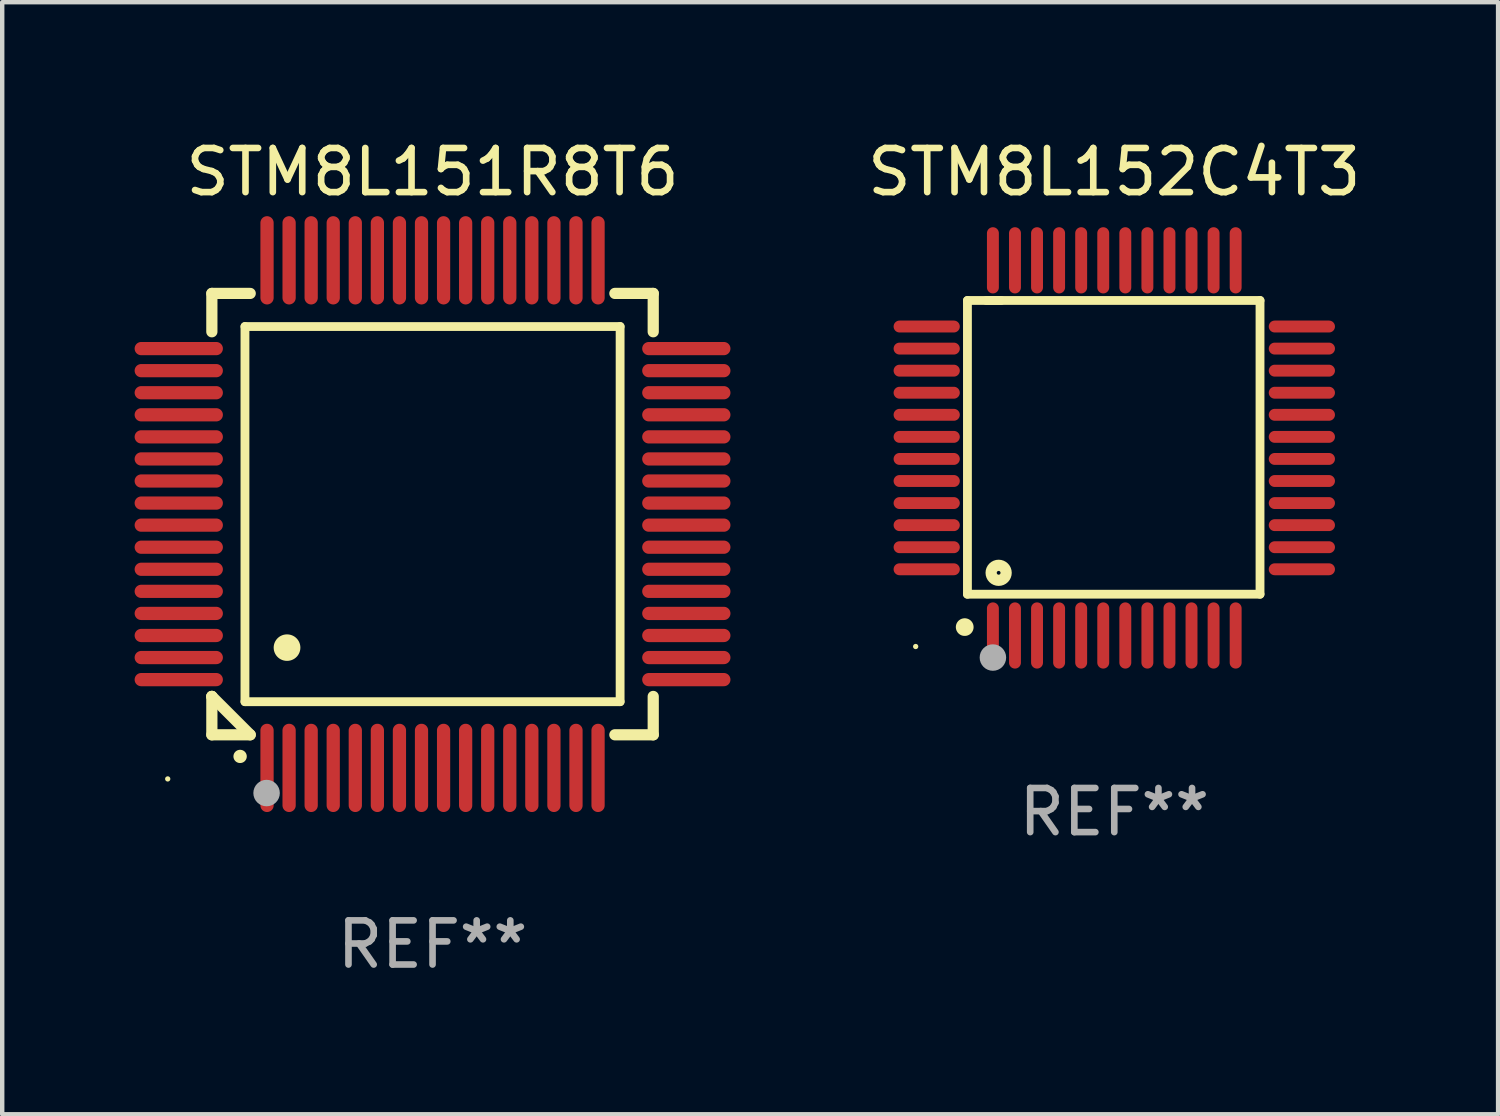
<source format=kicad_pcb>
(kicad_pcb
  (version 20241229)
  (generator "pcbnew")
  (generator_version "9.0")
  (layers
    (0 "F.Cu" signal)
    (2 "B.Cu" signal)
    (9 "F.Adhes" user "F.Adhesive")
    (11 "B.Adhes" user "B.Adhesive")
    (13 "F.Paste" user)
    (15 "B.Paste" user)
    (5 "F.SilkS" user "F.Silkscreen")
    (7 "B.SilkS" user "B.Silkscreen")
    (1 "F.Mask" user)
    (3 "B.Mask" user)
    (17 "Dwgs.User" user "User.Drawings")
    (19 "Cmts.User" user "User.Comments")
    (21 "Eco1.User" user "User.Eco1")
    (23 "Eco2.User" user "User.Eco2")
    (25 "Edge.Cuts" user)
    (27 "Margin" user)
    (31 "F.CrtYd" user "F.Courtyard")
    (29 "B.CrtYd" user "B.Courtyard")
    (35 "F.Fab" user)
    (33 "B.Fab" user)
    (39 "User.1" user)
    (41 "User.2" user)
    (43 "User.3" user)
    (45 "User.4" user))
  (footprint "STM8L152C4T3"
    (layer "F.Cu")
    (at 22.196 7.098)
    (property "Reference" "STM8L152C4T3" (at 0 -6.25 0) (layer "F.SilkS") (effects (font (size 1 1) (thickness 0.15))))
    (attr through_hole)
    (fp_line (start -3.327 -3.34) (end -2.565 -3.34) (stroke (width 0.2) (type solid)) (layer "F.SilkS"))
    (fp_line (start -3.327 3.315) (end -3.327 -3.34) (stroke (width 0.2) (type solid)) (layer "F.SilkS"))
    (fp_line (start -2.896 -3.34) (end 3.302 -3.34) (stroke (width 0.2) (type solid)) (layer "F.SilkS"))
    (fp_line (start 3.302 -3.34) (end 3.302 3.315) (stroke (width 0.2) (type solid)) (layer "F.SilkS"))
    (fp_line (start 3.302 3.315) (end -3.327 3.315) (stroke (width 0.2) (type solid)) (layer "F.SilkS"))
    (fp_arc (start -3.389992 4.059995) (mid -3.388722 4.059991) (end -3.387452 4.059995) (stroke (width 0.4) (type solid)) (layer "F.SilkS"))
    (fp_circle (center -4.5 4.5) (end -4.47 4.5) (stroke (width 0.06) (type solid)) (fill no) (layer "F.SilkS"))
    (fp_circle (center -2.62 2.83) (end -2.45 2.83) (stroke (width 0.254) (type solid)) (fill no) (layer "F.SilkS"))
    (fp_circle (center -2.75 4.75) (end -2.6 4.75) (stroke (width 0.3) (type solid)) (fill no) (layer "F.Fab"))
    (fp_text user "REF**" (at 0 8.25 0) (layer "F.Fab") (effects (font (size 1 1) (thickness 0.15))))
    (pad "1" smd oval (at -2.75 4.25) (size 0.27 1.5) (layers "F.Cu" "F.Mask" "F.Paste"))
    (pad "2" smd oval (at -2.25 4.25) (size 0.27 1.5) (layers "F.Cu" "F.Mask" "F.Paste"))
    (pad "3" smd oval (at -1.75 4.25) (size 0.27 1.5) (layers "F.Cu" "F.Mask" "F.Paste"))
    (pad "4" smd oval (at -1.25 4.25) (size 0.27 1.5) (layers "F.Cu" "F.Mask" "F.Paste"))
    (pad "5" smd oval (at -0.75 4.25) (size 0.27 1.5) (layers "F.Cu" "F.Mask" "F.Paste"))
    (pad "6" smd oval (at -0.25 4.25) (size 0.27 1.5) (layers "F.Cu" "F.Mask" "F.Paste"))
    (pad "7" smd oval (at 0.25 4.25) (size 0.27 1.5) (layers "F.Cu" "F.Mask" "F.Paste"))
    (pad "8" smd oval (at 0.75 4.25) (size 0.27 1.5) (layers "F.Cu" "F.Mask" "F.Paste"))
    (pad "9" smd oval (at 1.25 4.25) (size 0.27 1.5) (layers "F.Cu" "F.Mask" "F.Paste"))
    (pad "10" smd oval (at 1.75 4.25) (size 0.27 1.5) (layers "F.Cu" "F.Mask" "F.Paste"))
    (pad "11" smd oval (at 2.25 4.25) (size 0.27 1.5) (layers "F.Cu" "F.Mask" "F.Paste"))
    (pad "12" smd oval (at 2.75 4.25) (size 0.27 1.5) (layers "F.Cu" "F.Mask" "F.Paste"))
    (pad "13" smd oval (at 4.25 2.75) (size 1.5 0.27) (layers "F.Cu" "F.Mask" "F.Paste"))
    (pad "14" smd oval (at 4.25 2.25) (size 1.5 0.27) (layers "F.Cu" "F.Mask" "F.Paste"))
    (pad "15" smd oval (at 4.25 1.75) (size 1.5 0.27) (layers "F.Cu" "F.Mask" "F.Paste"))
    (pad "16" smd oval (at 4.25 1.25) (size 1.5 0.27) (layers "F.Cu" "F.Mask" "F.Paste"))
    (pad "17" smd oval (at 4.25 0.75) (size 1.5 0.27) (layers "F.Cu" "F.Mask" "F.Paste"))
    (pad "18" smd oval (at 4.25 0.25) (size 1.5 0.27) (layers "F.Cu" "F.Mask" "F.Paste"))
    (pad "19" smd oval (at 4.25 -0.25) (size 1.5 0.27) (layers "F.Cu" "F.Mask" "F.Paste"))
    (pad "20" smd oval (at 4.25 -0.75) (size 1.5 0.27) (layers "F.Cu" "F.Mask" "F.Paste"))
    (pad "21" smd oval (at 4.25 -1.25) (size 1.5 0.27) (layers "F.Cu" "F.Mask" "F.Paste"))
    (pad "22" smd oval (at 4.25 -1.75) (size 1.5 0.27) (layers "F.Cu" "F.Mask" "F.Paste"))
    (pad "23" smd oval (at 4.25 -2.25) (size 1.5 0.27) (layers "F.Cu" "F.Mask" "F.Paste"))
    (pad "24" smd oval (at 4.25 -2.75) (size 1.5 0.27) (layers "F.Cu" "F.Mask" "F.Paste"))
    (pad "25" smd oval (at 2.75 -4.25) (size 0.27 1.5) (layers "F.Cu" "F.Mask" "F.Paste"))
    (pad "26" smd oval (at 2.25 -4.25) (size 0.27 1.5) (layers "F.Cu" "F.Mask" "F.Paste"))
    (pad "27" smd oval (at 1.75 -4.25) (size 0.27 1.5) (layers "F.Cu" "F.Mask" "F.Paste"))
    (pad "28" smd oval (at 1.25 -4.25) (size 0.27 1.5) (layers "F.Cu" "F.Mask" "F.Paste"))
    (pad "29" smd oval (at 0.75 -4.25) (size 0.27 1.5) (layers "F.Cu" "F.Mask" "F.Paste"))
    (pad "30" smd oval (at 0.25 -4.25) (size 0.27 1.5) (layers "F.Cu" "F.Mask" "F.Paste"))
    (pad "31" smd oval (at -0.25 -4.25) (size 0.27 1.5) (layers "F.Cu" "F.Mask" "F.Paste"))
    (pad "32" smd oval (at -0.75 -4.25) (size 0.27 1.5) (layers "F.Cu" "F.Mask" "F.Paste"))
    (pad "33" smd oval (at -1.25 -4.25) (size 0.27 1.5) (layers "F.Cu" "F.Mask" "F.Paste"))
    (pad "34" smd oval (at -1.75 -4.25) (size 0.27 1.5) (layers "F.Cu" "F.Mask" "F.Paste"))
    (pad "35" smd oval (at -2.25 -4.25) (size 0.27 1.5) (layers "F.Cu" "F.Mask" "F.Paste"))
    (pad "36" smd oval (at -2.75 -4.25) (size 0.27 1.5) (layers "F.Cu" "F.Mask" "F.Paste"))
    (pad "37" smd oval (at -4.25 -2.75) (size 1.5 0.27) (layers "F.Cu" "F.Mask" "F.Paste"))
    (pad "38" smd oval (at -4.25 -2.25) (size 1.5 0.27) (layers "F.Cu" "F.Mask" "F.Paste"))
    (pad "39" smd oval (at -4.25 -1.75) (size 1.5 0.27) (layers "F.Cu" "F.Mask" "F.Paste"))
    (pad "40" smd oval (at -4.25 -1.25) (size 1.5 0.27) (layers "F.Cu" "F.Mask" "F.Paste"))
    (pad "41" smd oval (at -4.25 -0.75) (size 1.5 0.27) (layers "F.Cu" "F.Mask" "F.Paste"))
    (pad "42" smd oval (at -4.25 -0.25) (size 1.5 0.27) (layers "F.Cu" "F.Mask" "F.Paste"))
    (pad "43" smd oval (at -4.25 0.25) (size 1.5 0.27) (layers "F.Cu" "F.Mask" "F.Paste"))
    (pad "44" smd oval (at -4.25 0.75) (size 1.5 0.27) (layers "F.Cu" "F.Mask" "F.Paste"))
    (pad "45" smd oval (at -4.25 1.25) (size 1.5 0.27) (layers "F.Cu" "F.Mask" "F.Paste"))
    (pad "46" smd oval (at -4.25 1.75) (size 1.5 0.27) (layers "F.Cu" "F.Mask" "F.Paste"))
    (pad "47" smd oval (at -4.25 2.25) (size 1.5 0.27) (layers "F.Cu" "F.Mask" "F.Paste"))
    (pad "48" smd oval (at -4.25 2.75) (size 1.5 0.27) (layers "F.Cu" "F.Mask" "F.Paste")))
  (footprint "STM8L151R8T6"
    (layer "F.Cu")
    (at 6.75 8.598)
    (property "Reference" "STM8L151R8T6" (at 0 -7.75 0) (layer "F.SilkS") (effects (font (size 1 1) (thickness 0.15))))
    (attr through_hole)
    (fp_line (start -5 -5) (end -4.131 -5) (stroke (width 0.254) (type solid)) (layer "F.SilkS"))
    (fp_line (start -5 -4.131) (end -5 -5) (stroke (width 0.254) (type solid)) (layer "F.SilkS"))
    (fp_line (start -5 4.131) (end -5 4.131) (stroke (width 0.254) (type solid)) (layer "F.SilkS"))
    (fp_line (start -5 5) (end -5 4.131) (stroke (width 0.254) (type solid)) (layer "F.SilkS"))
    (fp_line (start -5 4.131) (end -4.131 5) (stroke (width 0.254) (type solid)) (layer "F.SilkS"))
    (fp_line (start -4.25 -4.25) (end -4.25 4.25) (stroke (width 0.2) (type solid)) (layer "F.SilkS"))
    (fp_line (start -4.25 4.25) (end 4.25 4.25) (stroke (width 0.2) (type solid)) (layer "F.SilkS"))
    (fp_line (start -4.131 5) (end -5 5) (stroke (width 0.254) (type solid)) (layer "F.SilkS"))
    (fp_line (start 4.25 -4.25) (end -4.25 -4.25) (stroke (width 0.2) (type solid)) (layer "F.SilkS"))
    (fp_line (start 4.25 4.25) (end 4.25 -4.25) (stroke (width 0.2) (type solid)) (layer "F.SilkS"))
    (fp_line (start 5 -5) (end 4.131 -5) (stroke (width 0.254) (type solid)) (layer "F.SilkS"))
    (fp_line (start 5 -5) (end 5 -4.131) (stroke (width 0.254) (type solid)) (layer "F.SilkS"))
    (fp_line (start 5 4.131) (end 5 5) (stroke (width 0.254) (type solid)) (layer "F.SilkS"))
    (fp_line (start 5 5) (end 4.131 5) (stroke (width 0.254) (type solid)) (layer "F.SilkS"))
    (fp_arc (start -4.361265 5.489992) (mid -4.359995 5.489987) (end -4.358725 5.489992) (stroke (width 0.3) (type solid)) (layer "F.SilkS"))
    (fp_arc (start -3.299467 3.025146) (mid -3.296927 3.025135) (end -3.294387 3.025146) (stroke (width 0.6) (type solid)) (layer "F.SilkS"))
    (fp_circle (center -6 6) (end -5.97 6) (stroke (width 0.06) (type solid)) (fill no) (layer "F.SilkS"))
    (fp_circle (center -3.76 6.32) (end -3.61 6.32) (stroke (width 0.3) (type solid)) (fill no) (layer "F.Fab"))
    (fp_text user "REF**" (at 0 9.75 0) (layer "F.Fab") (effects (font (size 1 1) (thickness 0.15))))
    (pad "1" smd oval (at -3.75 5.75) (size 0.3 2) (layers "F.Cu" "F.Mask" "F.Paste"))
    (pad "2" smd oval (at -3.25 5.75) (size 0.3 2) (layers "F.Cu" "F.Mask" "F.Paste"))
    (pad "3" smd oval (at -2.75 5.75) (size 0.3 2) (layers "F.Cu" "F.Mask" "F.Paste"))
    (pad "4" smd oval (at -2.25 5.75) (size 0.3 2) (layers "F.Cu" "F.Mask" "F.Paste"))
    (pad "5" smd oval (at -1.75 5.75) (size 0.3 2) (layers "F.Cu" "F.Mask" "F.Paste"))
    (pad "6" smd oval (at -1.25 5.75) (size 0.3 2) (layers "F.Cu" "F.Mask" "F.Paste"))
    (pad "7" smd oval (at -0.75 5.75) (size 0.3 2) (layers "F.Cu" "F.Mask" "F.Paste"))
    (pad "8" smd oval (at -0.25 5.75) (size 0.3 2) (layers "F.Cu" "F.Mask" "F.Paste"))
    (pad "9" smd oval (at 0.25 5.75) (size 0.3 2) (layers "F.Cu" "F.Mask" "F.Paste"))
    (pad "10" smd oval (at 0.75 5.75) (size 0.3 2) (layers "F.Cu" "F.Mask" "F.Paste"))
    (pad "11" smd oval (at 1.25 5.75) (size 0.3 2) (layers "F.Cu" "F.Mask" "F.Paste"))
    (pad "12" smd oval (at 1.75 5.75) (size 0.3 2) (layers "F.Cu" "F.Mask" "F.Paste"))
    (pad "13" smd oval (at 2.25 5.75) (size 0.3 2) (layers "F.Cu" "F.Mask" "F.Paste"))
    (pad "14" smd oval (at 2.75 5.75) (size 0.3 2) (layers "F.Cu" "F.Mask" "F.Paste"))
    (pad "15" smd oval (at 3.25 5.75) (size 0.3 2) (layers "F.Cu" "F.Mask" "F.Paste"))
    (pad "16" smd oval (at 3.75 5.75) (size 0.3 2) (layers "F.Cu" "F.Mask" "F.Paste"))
    (pad "17" smd oval (at 5.75 3.75) (size 2 0.3) (layers "F.Cu" "F.Mask" "F.Paste"))
    (pad "18" smd oval (at 5.75 3.25) (size 2 0.3) (layers "F.Cu" "F.Mask" "F.Paste"))
    (pad "19" smd oval (at 5.75 2.75) (size 2 0.3) (layers "F.Cu" "F.Mask" "F.Paste"))
    (pad "20" smd oval (at 5.75 2.25) (size 2 0.3) (layers "F.Cu" "F.Mask" "F.Paste"))
    (pad "21" smd oval (at 5.75 1.75) (size 2 0.3) (layers "F.Cu" "F.Mask" "F.Paste"))
    (pad "22" smd oval (at 5.75 1.25) (size 2 0.3) (layers "F.Cu" "F.Mask" "F.Paste"))
    (pad "23" smd oval (at 5.75 0.75) (size 2 0.3) (layers "F.Cu" "F.Mask" "F.Paste"))
    (pad "24" smd oval (at 5.75 0.25) (size 2 0.3) (layers "F.Cu" "F.Mask" "F.Paste"))
    (pad "25" smd oval (at 5.75 -0.25) (size 2 0.3) (layers "F.Cu" "F.Mask" "F.Paste"))
    (pad "26" smd oval (at 5.75 -0.75) (size 2 0.3) (layers "F.Cu" "F.Mask" "F.Paste"))
    (pad "27" smd oval (at 5.75 -1.25) (size 2 0.3) (layers "F.Cu" "F.Mask" "F.Paste"))
    (pad "28" smd oval (at 5.75 -1.75) (size 2 0.3) (layers "F.Cu" "F.Mask" "F.Paste"))
    (pad "29" smd oval (at 5.75 -2.25) (size 2 0.3) (layers "F.Cu" "F.Mask" "F.Paste"))
    (pad "30" smd oval (at 5.75 -2.75) (size 2 0.3) (layers "F.Cu" "F.Mask" "F.Paste"))
    (pad "31" smd oval (at 5.75 -3.25) (size 2 0.3) (layers "F.Cu" "F.Mask" "F.Paste"))
    (pad "32" smd oval (at 5.75 -3.75) (size 2 0.3) (layers "F.Cu" "F.Mask" "F.Paste"))
    (pad "33" smd oval (at 3.75 -5.75) (size 0.3 2) (layers "F.Cu" "F.Mask" "F.Paste"))
    (pad "34" smd oval (at 3.25 -5.75) (size 0.3 2) (layers "F.Cu" "F.Mask" "F.Paste"))
    (pad "35" smd oval (at 2.75 -5.75) (size 0.3 2) (layers "F.Cu" "F.Mask" "F.Paste"))
    (pad "36" smd oval (at 2.25 -5.75) (size 0.3 2) (layers "F.Cu" "F.Mask" "F.Paste"))
    (pad "37" smd oval (at 1.75 -5.75) (size 0.3 2) (layers "F.Cu" "F.Mask" "F.Paste"))
    (pad "38" smd oval (at 1.25 -5.75) (size 0.3 2) (layers "F.Cu" "F.Mask" "F.Paste"))
    (pad "39" smd oval (at 0.75 -5.75) (size 0.3 2) (layers "F.Cu" "F.Mask" "F.Paste"))
    (pad "40" smd oval (at 0.25 -5.75) (size 0.3 2) (layers "F.Cu" "F.Mask" "F.Paste"))
    (pad "41" smd oval (at -0.25 -5.75) (size 0.3 2) (layers "F.Cu" "F.Mask" "F.Paste"))
    (pad "42" smd oval (at -0.75 -5.75) (size 0.3 2) (layers "F.Cu" "F.Mask" "F.Paste"))
    (pad "43" smd oval (at -1.25 -5.75) (size 0.3 2) (layers "F.Cu" "F.Mask" "F.Paste"))
    (pad "44" smd oval (at -1.75 -5.75) (size 0.3 2) (layers "F.Cu" "F.Mask" "F.Paste"))
    (pad "45" smd oval (at -2.25 -5.75) (size 0.3 2) (layers "F.Cu" "F.Mask" "F.Paste"))
    (pad "46" smd oval (at -2.75 -5.75) (size 0.3 2) (layers "F.Cu" "F.Mask" "F.Paste"))
    (pad "47" smd oval (at -3.25 -5.75) (size 0.3 2) (layers "F.Cu" "F.Mask" "F.Paste"))
    (pad "48" smd oval (at -3.75 -5.75) (size 0.3 2) (layers "F.Cu" "F.Mask" "F.Paste"))
    (pad "49" smd oval (at -5.75 -3.75) (size 2 0.3) (layers "F.Cu" "F.Mask" "F.Paste"))
    (pad "50" smd oval (at -5.75 -3.25) (size 2 0.3) (layers "F.Cu" "F.Mask" "F.Paste"))
    (pad "51" smd oval (at -5.75 -2.75) (size 2 0.3) (layers "F.Cu" "F.Mask" "F.Paste"))
    (pad "52" smd oval (at -5.75 -2.25) (size 2 0.3) (layers "F.Cu" "F.Mask" "F.Paste"))
    (pad "53" smd oval (at -5.75 -1.75) (size 2 0.3) (layers "F.Cu" "F.Mask" "F.Paste"))
    (pad "54" smd oval (at -5.75 -1.25) (size 2 0.3) (layers "F.Cu" "F.Mask" "F.Paste"))
    (pad "55" smd oval (at -5.75 -0.75) (size 2 0.3) (layers "F.Cu" "F.Mask" "F.Paste"))
    (pad "56" smd oval (at -5.75 -0.25) (size 2 0.3) (layers "F.Cu" "F.Mask" "F.Paste"))
    (pad "57" smd oval (at -5.75 0.25) (size 2 0.3) (layers "F.Cu" "F.Mask" "F.Paste"))
    (pad "58" smd oval (at -5.75 0.75) (size 2 0.3) (layers "F.Cu" "F.Mask" "F.Paste"))
    (pad "59" smd oval (at -5.75 1.25) (size 2 0.3) (layers "F.Cu" "F.Mask" "F.Paste"))
    (pad "60" smd oval (at -5.75 1.75) (size 2 0.3) (layers "F.Cu" "F.Mask" "F.Paste"))
    (pad "61" smd oval (at -5.75 2.25) (size 2 0.3) (layers "F.Cu" "F.Mask" "F.Paste"))
    (pad "62" smd oval (at -5.75 2.75) (size 2 0.3) (layers "F.Cu" "F.Mask" "F.Paste"))
    (pad "63" smd oval (at -5.75 3.25) (size 2 0.3) (layers "F.Cu" "F.Mask" "F.Paste"))
    (pad "64" smd oval (at -5.75 3.75) (size 2 0.3) (layers "F.Cu" "F.Mask" "F.Paste")))
  (gr_rect
    (start -3 -3)
    (end 30.892 22.196)
    (stroke (width 0.1) (type default))
    (fill no)
    (layer "Edge.Cuts")))
</source>
